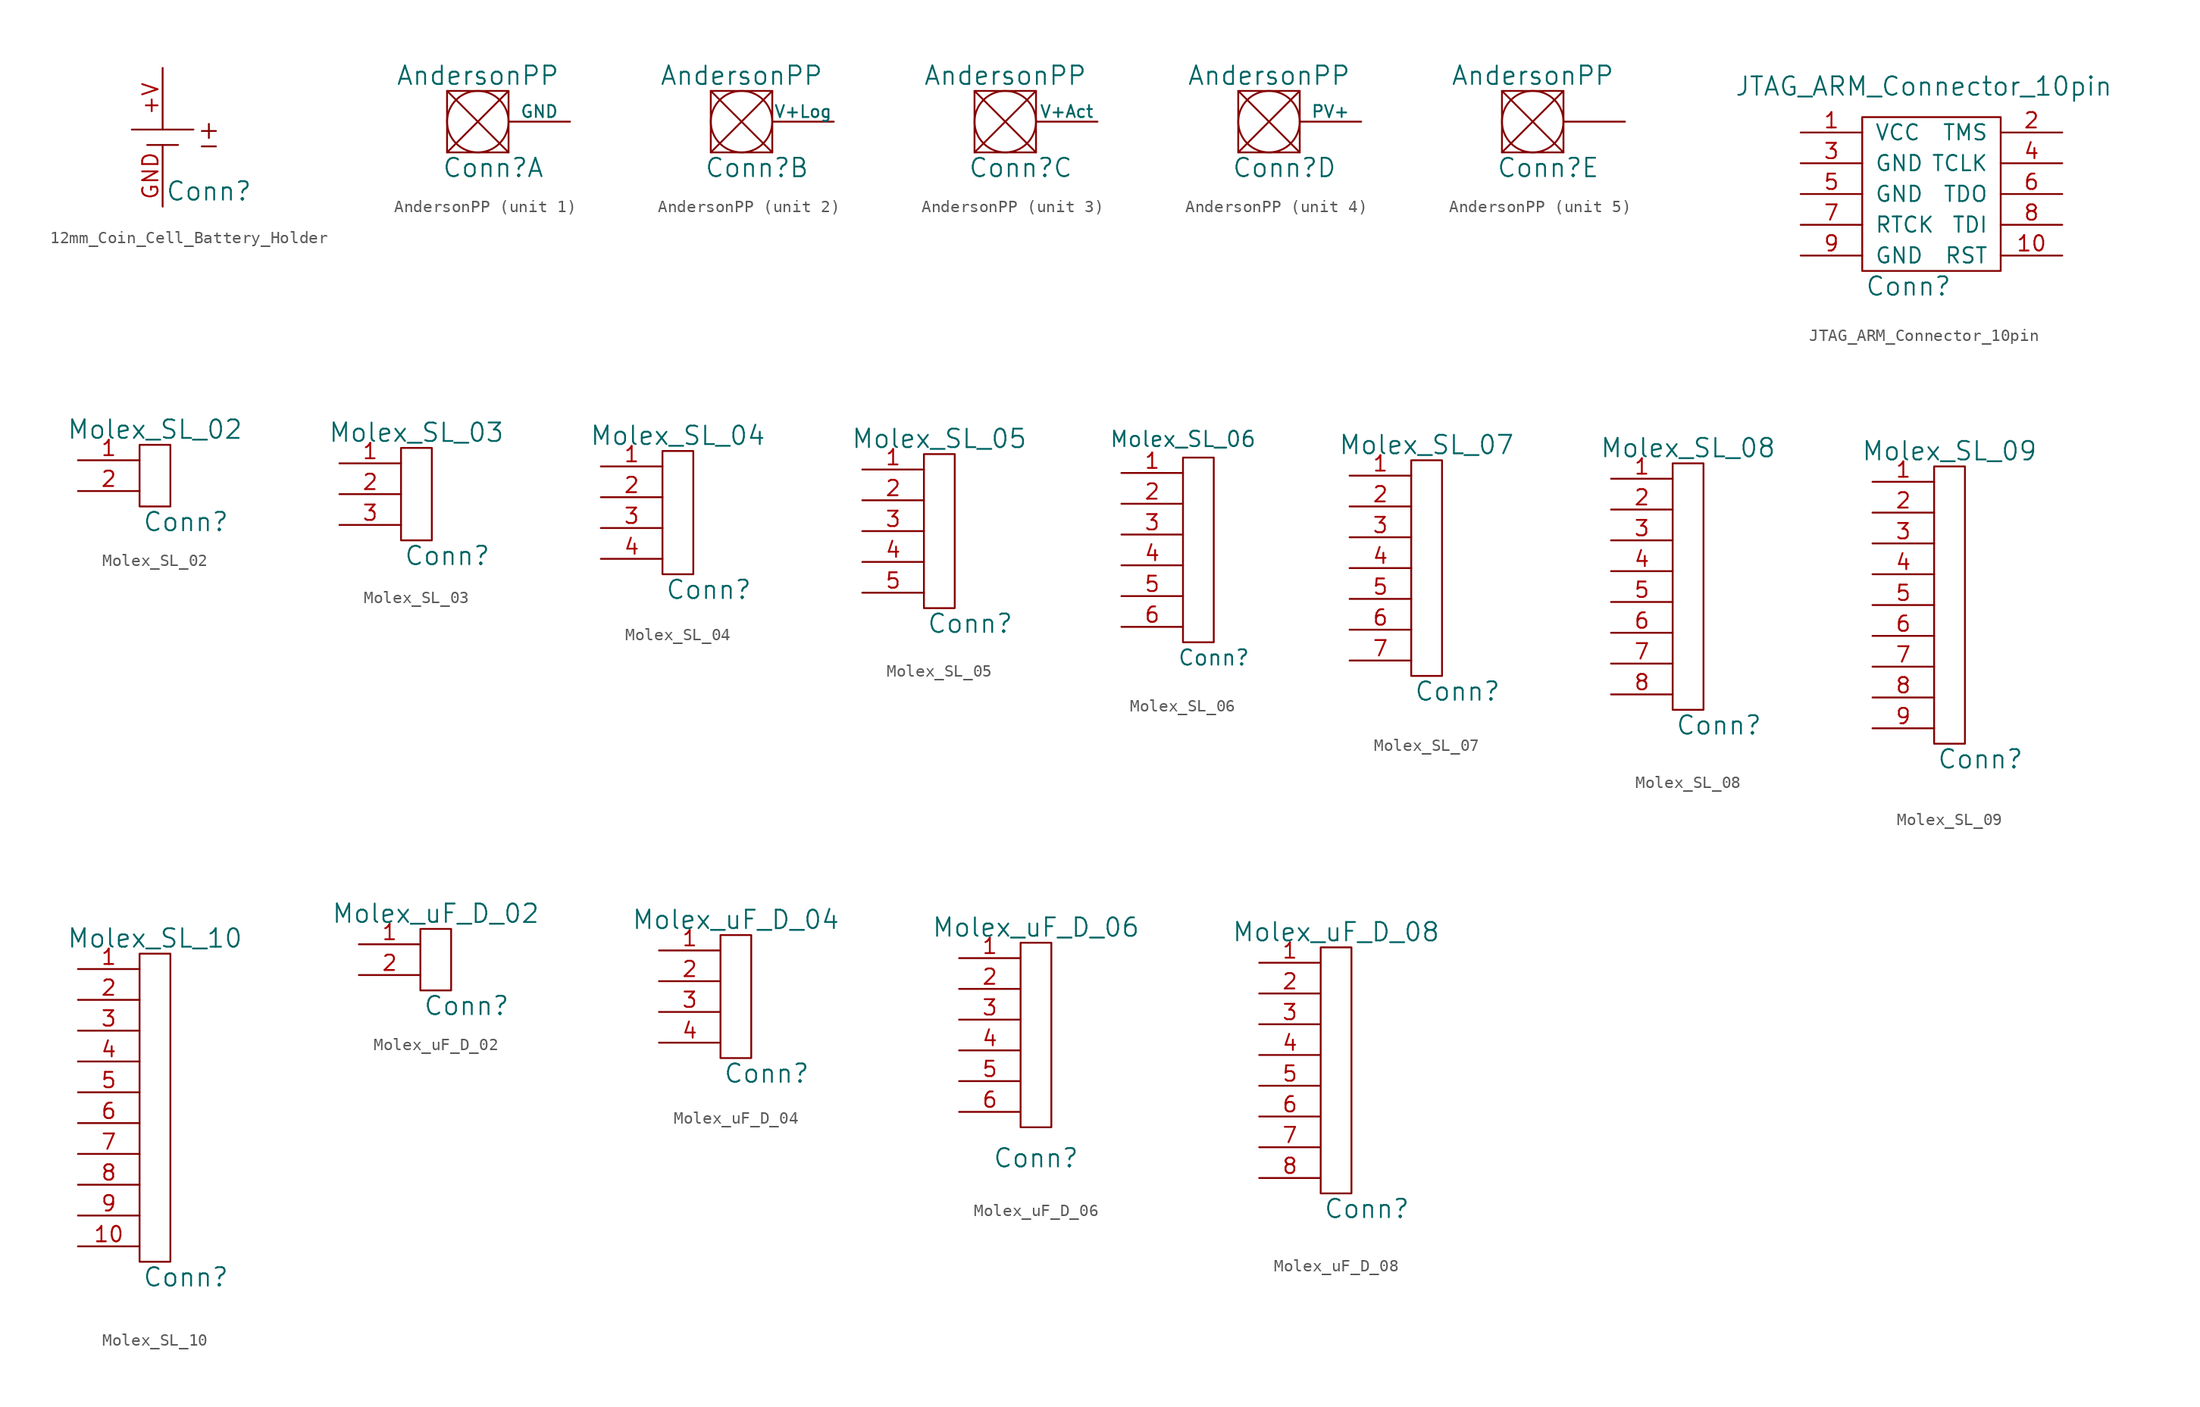
<source format=kicad_sym>
(kicad_symbol_lib
  (version 20231120)
  (generator "kicad_symbol_editor")
  (generator_version "8.0")
  (symbol "12mm_Coin_Cell_Battery_Holder"
    (pin_names
      (offset 1.016))
    (property "Reference" "Conn"
      (at 3.81 1.27 0)
      (effects (font (size 1.524 1.524))))
    (symbol "12mm_Coin_Cell_Battery_Holder_0_0"
      (text "+" (at 3.81 6.35 0) (effects (font (size 1.524 1.524))))
      (text "-" (at 3.81 5.08 0) (effects (font (size 1.524 1.524)))))
    (symbol "12mm_Coin_Cell_Battery_Holder_0_1"
      (polyline (pts (xy -2.54 6.35) (xy 2.54 6.35)) (stroke (width 0) (type default)) (fill (type none)))
      (polyline (pts (xy -1.27 5.08) (xy 1.27 5.08)) (stroke (width 0) (type default)) (fill (type none))))
    (symbol "12mm_Coin_Cell_Battery_Holder_1_1"
      (pin input line (at 0 11.43 270) (length 5.08) (name "~" (effects (font (size 1.27 1.27)))) (number "+V" (effects (font (size 1.27 1.27)))))
      (pin input line (at 0 0 90) (length 5.08) (name "~" (effects (font (size 1.27 1.27)))) (number "GND" (effects (font (size 1.27 1.27)))))))
  (symbol "AndersonPP"
    (pin_numbers hide)
    (pin_names
      (offset 0))
    (property "Reference" "Conn"
      (at 3.81 -1.27 0)
      (effects (font (size 1.524 1.524))))
    (property "Value" "AndersonPP"
      (at 2.54 6.35 0)
      (effects (font (size 1.524 1.524))))
    (property "ki_locked" ""
      (at 0 0 0)
      (effects (font (size 1.27 1.27))))
    (symbol "AndersonPP_0_1"
      (polyline (pts (xy 0 5.08) (xy 5.08 0)) (stroke (width 0) (type default)) (fill (type none)))
      (polyline (pts (xy 5.08 5.08) (xy 0 0)) (stroke (width 0) (type default)) (fill (type none)))
      (rectangle (start 0 0) (end 5.08 5.08) (stroke (width 0) (type default)) (fill (type none)))
      (circle (center 2.54 2.54) (radius 2.54) (stroke (width 0) (type default)) (fill (type none))))
    (symbol "AndersonPP_1_1"
      (pin input line (at 10.16 2.54 180) (length 5.08) (name "GND" (effects (font (size 0.991 0.991)))) (number "1" (effects (font (size 1.27 1.27))))))
    (symbol "AndersonPP_2_1"
      (pin input line (at 10.16 2.54 180) (length 5.08) (name "V+Log" (effects (font (size 0.991 0.991)))) (number "2" (effects (font (size 1.27 1.27))))))
    (symbol "AndersonPP_3_1"
      (pin input line (at 10.16 2.54 180) (length 5.08) (name "V+Act" (effects (font (size 0.991 0.991)))) (number "3" (effects (font (size 1.27 1.27))))))
    (symbol "AndersonPP_4_1"
      (pin input line (at 10.16 2.54 180) (length 5.08) (name "PV+" (effects (font (size 0.991 0.991)))) (number "4" (effects (font (size 1.27 1.27))))))
    (symbol "AndersonPP_5_1"
      (pin input line (at 10.16 2.54 180) (length 5.08) (name "~" (effects (font (size 0.991 0.991)))) (number "1" (effects (font (size 1.27 1.27)))))))
  (symbol "JTAG_ARM_Connector_10pin"
    (pin_names
      (offset 1.016))
    (property "Reference" "Conn"
      (at 3.81 -1.27 0)
      (effects (font (size 1.524 1.524))))
    (property "Value" "JTAG_ARM_Connector_10pin"
      (at 5.08 15.24 0)
      (effects (font (size 1.524 1.524))))
    (symbol "JTAG_ARM_Connector_10pin_0_1"
      (rectangle (start 11.43 12.7) (end 0 0) (stroke (width 0) (type default)) (fill (type none))))
    (symbol "JTAG_ARM_Connector_10pin_1_1"
      (pin input line (at -5.08 11.43 0) (length 5.08) (name "VCC" (effects (font (size 1.27 1.27)))) (number "1" (effects (font (size 1.27 1.27)))))
      (pin input line (at 16.51 1.27 180) (length 5.08) (name "RST" (effects (font (size 1.27 1.27)))) (number "10" (effects (font (size 1.27 1.27)))))
      (pin input line (at 16.51 11.43 180) (length 5.08) (name "TMS" (effects (font (size 1.27 1.27)))) (number "2" (effects (font (size 1.27 1.27)))))
      (pin input line (at -5.08 8.89 0) (length 5.08) (name "GND" (effects (font (size 1.27 1.27)))) (number "3" (effects (font (size 1.27 1.27)))))
      (pin input line (at 16.51 8.89 180) (length 5.08) (name "TCLK" (effects (font (size 1.27 1.27)))) (number "4" (effects (font (size 1.27 1.27)))))
      (pin input line (at -5.08 6.35 0) (length 5.08) (name "GND" (effects (font (size 1.27 1.27)))) (number "5" (effects (font (size 1.27 1.27)))))
      (pin input line (at 16.51 6.35 180) (length 5.08) (name "TDO" (effects (font (size 1.27 1.27)))) (number "6" (effects (font (size 1.27 1.27)))))
      (pin input line (at -5.08 3.81 0) (length 5.08) (name "RTCK" (effects (font (size 1.27 1.27)))) (number "7" (effects (font (size 1.27 1.27)))))
      (pin input line (at 16.51 3.81 180) (length 5.08) (name "TDI" (effects (font (size 1.27 1.27)))) (number "8" (effects (font (size 1.27 1.27)))))
      (pin input line (at -5.08 1.27 0) (length 5.08) (name "GND" (effects (font (size 1.27 1.27)))) (number "9" (effects (font (size 1.27 1.27)))))))
  (symbol "Molex_SL_02"
    (pin_names
      (offset 1.016))
    (property "Reference" "Conn"
      (at 3.81 -1.27 0)
      (effects (font (size 1.524 1.524))))
    (property "Value" "Molex_SL_02"
      (at 1.27 6.35 0)
      (effects (font (size 1.524 1.524))))
    (symbol "Molex_SL_02_0_1"
      (rectangle (start 0 5.08) (end 2.54 0) (stroke (width 0) (type default)) (fill (type none))))
    (symbol "Molex_SL_02_1_1"
      (pin input line (at -5.08 3.81 0) (length 5.08) (name "~" (effects (font (size 1.27 1.27)))) (number "1" (effects (font (size 1.27 1.27)))))
      (pin input line (at -5.08 1.27 0) (length 5.08) (name "~" (effects (font (size 1.27 1.27)))) (number "2" (effects (font (size 1.27 1.27)))))))
  (symbol "Molex_SL_03"
    (pin_names
      (offset 1.016))
    (property "Reference" "Conn"
      (at 3.81 -1.27 0)
      (effects (font (size 1.524 1.524))))
    (property "Value" "Molex_SL_03"
      (at 1.27 8.89 0)
      (effects (font (size 1.524 1.524))))
    (symbol "Molex_SL_03_0_1"
      (rectangle (start 0 7.62) (end 2.54 0) (stroke (width 0) (type default)) (fill (type none))))
    (symbol "Molex_SL_03_1_1"
      (pin input line (at -5.08 6.35 0) (length 5.08) (name "~" (effects (font (size 1.27 1.27)))) (number "1" (effects (font (size 1.27 1.27)))))
      (pin input line (at -5.08 3.81 0) (length 5.08) (name "~" (effects (font (size 1.27 1.27)))) (number "2" (effects (font (size 1.27 1.27)))))
      (pin input line (at -5.08 1.27 0) (length 5.08) (name "~" (effects (font (size 1.27 1.27)))) (number "3" (effects (font (size 1.27 1.27)))))))
  (symbol "Molex_SL_04"
    (pin_names
      (offset 1.016))
    (property "Reference" "Conn"
      (at 3.81 -1.27 0)
      (effects (font (size 1.524 1.524))))
    (property "Value" "Molex_SL_04"
      (at 1.27 11.43 0)
      (effects (font (size 1.524 1.524))))
    (symbol "Molex_SL_04_0_1"
      (rectangle (start 0 10.16) (end 2.54 0) (stroke (width 0) (type default)) (fill (type none))))
    (symbol "Molex_SL_04_1_1"
      (pin input line (at -5.08 8.89 0) (length 5.08) (name "~" (effects (font (size 1.27 1.27)))) (number "1" (effects (font (size 1.27 1.27)))))
      (pin input line (at -5.08 6.35 0) (length 5.08) (name "~" (effects (font (size 1.27 1.27)))) (number "2" (effects (font (size 1.27 1.27)))))
      (pin input line (at -5.08 3.81 0) (length 5.08) (name "~" (effects (font (size 1.27 1.27)))) (number "3" (effects (font (size 1.27 1.27)))))
      (pin input line (at -5.08 1.27 0) (length 5.08) (name "~" (effects (font (size 1.27 1.27)))) (number "4" (effects (font (size 1.27 1.27)))))))
  (symbol "Molex_SL_05"
    (pin_names
      (offset 1.016))
    (property "Reference" "Conn"
      (at 3.81 -1.27 0)
      (effects (font (size 1.524 1.524))))
    (property "Value" "Molex_SL_05"
      (at 1.27 13.97 0)
      (effects (font (size 1.524 1.524))))
    (symbol "Molex_SL_05_0_1"
      (rectangle (start 0 12.7) (end 2.54 0) (stroke (width 0) (type default)) (fill (type none))))
    (symbol "Molex_SL_05_1_1"
      (pin input line (at -5.08 11.43 0) (length 5.08) (name "~" (effects (font (size 1.27 1.27)))) (number "1" (effects (font (size 1.27 1.27)))))
      (pin input line (at -5.08 8.89 0) (length 5.08) (name "~" (effects (font (size 1.27 1.27)))) (number "2" (effects (font (size 1.27 1.27)))))
      (pin input line (at -5.08 6.35 0) (length 5.08) (name "~" (effects (font (size 1.27 1.27)))) (number "3" (effects (font (size 1.27 1.27)))))
      (pin input line (at -5.08 3.81 0) (length 5.08) (name "~" (effects (font (size 1.27 1.27)))) (number "4" (effects (font (size 1.27 1.27)))))
      (pin input line (at -5.08 1.27 0) (length 5.08) (name "~" (effects (font (size 1.27 1.27)))) (number "5" (effects (font (size 1.27 1.27)))))))
  (symbol "Molex_SL_06"
    (property "Reference" "Conn"
      (at 2.54 -1.27 0)
      (effects (font (size 1.27 1.27))))
    (property "Value" "Molex_SL_06"
      (at 0 16.764 0)
      (effects (font (size 1.27 1.27))))
    (symbol "Molex_SL_06_0_1"
      (rectangle (start 0 15.24) (end 2.54 0) (stroke (width 0) (type default)) (fill (type none))))
    (symbol "Molex_SL_06_1_1"
      (pin input line (at -5.08 13.97 0) (length 5.08) (name "~" (effects (font (size 1.27 1.27)))) (number "1" (effects (font (size 1.27 1.27)))))
      (pin input line (at -5.08 11.43 0) (length 5.08) (name "~" (effects (font (size 1.27 1.27)))) (number "2" (effects (font (size 1.27 1.27)))))
      (pin input line (at -5.08 8.89 0) (length 5.08) (name "~" (effects (font (size 1.27 1.27)))) (number "3" (effects (font (size 1.27 1.27)))))
      (pin input line (at -5.08 6.35 0) (length 5.08) (name "~" (effects (font (size 1.27 1.27)))) (number "4" (effects (font (size 1.27 1.27)))))
      (pin input line (at -5.08 3.81 0) (length 5.08) (name "~" (effects (font (size 1.27 1.27)))) (number "5" (effects (font (size 1.27 1.27)))))
      (pin input line (at -5.08 1.27 0) (length 5.08) (name "~" (effects (font (size 1.27 1.27)))) (number "6" (effects (font (size 1.27 1.27)))))))
  (symbol "Molex_SL_07"
    (pin_names
      (offset 1.016))
    (property "Reference" "Conn"
      (at 3.81 -1.27 0)
      (effects (font (size 1.524 1.524))))
    (property "Value" "Molex_SL_07"
      (at 1.27 19.05 0)
      (effects (font (size 1.524 1.524))))
    (symbol "Molex_SL_07_0_1"
      (rectangle (start 0 17.78) (end 2.54 0) (stroke (width 0) (type default)) (fill (type none))))
    (symbol "Molex_SL_07_1_1"
      (pin input line (at -5.08 16.51 0) (length 5.08) (name "~" (effects (font (size 1.27 1.27)))) (number "1" (effects (font (size 1.27 1.27)))))
      (pin input line (at -5.08 13.97 0) (length 5.08) (name "~" (effects (font (size 1.27 1.27)))) (number "2" (effects (font (size 1.27 1.27)))))
      (pin input line (at -5.08 11.43 0) (length 5.08) (name "~" (effects (font (size 1.27 1.27)))) (number "3" (effects (font (size 1.27 1.27)))))
      (pin input line (at -5.08 8.89 0) (length 5.08) (name "~" (effects (font (size 1.27 1.27)))) (number "4" (effects (font (size 1.27 1.27)))))
      (pin input line (at -5.08 6.35 0) (length 5.08) (name "~" (effects (font (size 1.27 1.27)))) (number "5" (effects (font (size 1.27 1.27)))))
      (pin input line (at -5.08 3.81 0) (length 5.08) (name "~" (effects (font (size 1.27 1.27)))) (number "6" (effects (font (size 1.27 1.27)))))
      (pin input line (at -5.08 1.27 0) (length 5.08) (name "~" (effects (font (size 1.27 1.27)))) (number "7" (effects (font (size 1.27 1.27)))))))
  (symbol "Molex_SL_08"
    (pin_names
      (offset 1.016))
    (property "Reference" "Conn"
      (at 3.81 -1.27 0)
      (effects (font (size 1.524 1.524))))
    (property "Value" "Molex_SL_08"
      (at 1.27 21.59 0)
      (effects (font (size 1.524 1.524))))
    (symbol "Molex_SL_08_0_1"
      (rectangle (start 0 20.32) (end 2.54 0) (stroke (width 0) (type default)) (fill (type none))))
    (symbol "Molex_SL_08_1_1"
      (pin input line (at -5.08 19.05 0) (length 5.08) (name "~" (effects (font (size 1.27 1.27)))) (number "1" (effects (font (size 1.27 1.27)))))
      (pin input line (at -5.08 16.51 0) (length 5.08) (name "~" (effects (font (size 1.27 1.27)))) (number "2" (effects (font (size 1.27 1.27)))))
      (pin input line (at -5.08 13.97 0) (length 5.08) (name "~" (effects (font (size 1.27 1.27)))) (number "3" (effects (font (size 1.27 1.27)))))
      (pin input line (at -5.08 11.43 0) (length 5.08) (name "~" (effects (font (size 1.27 1.27)))) (number "4" (effects (font (size 1.27 1.27)))))
      (pin input line (at -5.08 8.89 0) (length 5.08) (name "~" (effects (font (size 1.27 1.27)))) (number "5" (effects (font (size 1.27 1.27)))))
      (pin input line (at -5.08 6.35 0) (length 5.08) (name "~" (effects (font (size 1.27 1.27)))) (number "6" (effects (font (size 1.27 1.27)))))
      (pin input line (at -5.08 3.81 0) (length 5.08) (name "~" (effects (font (size 1.27 1.27)))) (number "7" (effects (font (size 1.27 1.27)))))
      (pin input line (at -5.08 1.27 0) (length 5.08) (name "~" (effects (font (size 1.27 1.27)))) (number "8" (effects (font (size 1.27 1.27)))))))
  (symbol "Molex_SL_09"
    (pin_names
      (offset 1.016))
    (property "Reference" "Conn"
      (at 3.81 -1.27 0)
      (effects (font (size 1.524 1.524))))
    (property "Value" "Molex_SL_09"
      (at 1.27 24.13 0)
      (effects (font (size 1.524 1.524))))
    (symbol "Molex_SL_09_0_1"
      (rectangle (start 0 22.86) (end 2.54 0) (stroke (width 0) (type default)) (fill (type none))))
    (symbol "Molex_SL_09_1_1"
      (pin input line (at -5.08 21.59 0) (length 5.08) (name "~" (effects (font (size 1.27 1.27)))) (number "1" (effects (font (size 1.27 1.27)))))
      (pin input line (at -5.08 19.05 0) (length 5.08) (name "~" (effects (font (size 1.27 1.27)))) (number "2" (effects (font (size 1.27 1.27)))))
      (pin input line (at -5.08 16.51 0) (length 5.08) (name "~" (effects (font (size 1.27 1.27)))) (number "3" (effects (font (size 1.27 1.27)))))
      (pin input line (at -5.08 13.97 0) (length 5.08) (name "~" (effects (font (size 1.27 1.27)))) (number "4" (effects (font (size 1.27 1.27)))))
      (pin input line (at -5.08 11.43 0) (length 5.08) (name "~" (effects (font (size 1.27 1.27)))) (number "5" (effects (font (size 1.27 1.27)))))
      (pin input line (at -5.08 8.89 0) (length 5.08) (name "~" (effects (font (size 1.27 1.27)))) (number "6" (effects (font (size 1.27 1.27)))))
      (pin input line (at -5.08 6.35 0) (length 5.08) (name "~" (effects (font (size 1.27 1.27)))) (number "7" (effects (font (size 1.27 1.27)))))
      (pin input line (at -5.08 3.81 0) (length 5.08) (name "~" (effects (font (size 1.27 1.27)))) (number "8" (effects (font (size 1.27 1.27)))))
      (pin input line (at -5.08 1.27 0) (length 5.08) (name "~" (effects (font (size 1.27 1.27)))) (number "9" (effects (font (size 1.27 1.27)))))))
  (symbol "Molex_SL_10"
    (pin_names
      (offset 1.016))
    (property "Reference" "Conn"
      (at 3.81 -1.27 0)
      (effects (font (size 1.524 1.524))))
    (property "Value" "Molex_SL_10"
      (at 1.27 26.67 0)
      (effects (font (size 1.524 1.524))))
    (symbol "Molex_SL_10_0_1"
      (rectangle (start 0 25.4) (end 2.54 0) (stroke (width 0) (type default)) (fill (type none))))
    (symbol "Molex_SL_10_1_1"
      (pin input line (at -5.08 24.13 0) (length 5.08) (name "~" (effects (font (size 1.27 1.27)))) (number "1" (effects (font (size 1.27 1.27)))))
      (pin input line (at -5.08 1.27 0) (length 5.08) (name "~" (effects (font (size 1.27 1.27)))) (number "10" (effects (font (size 1.27 1.27)))))
      (pin input line (at -5.08 21.59 0) (length 5.08) (name "~" (effects (font (size 1.27 1.27)))) (number "2" (effects (font (size 1.27 1.27)))))
      (pin input line (at -5.08 19.05 0) (length 5.08) (name "~" (effects (font (size 1.27 1.27)))) (number "3" (effects (font (size 1.27 1.27)))))
      (pin input line (at -5.08 16.51 0) (length 5.08) (name "~" (effects (font (size 1.27 1.27)))) (number "4" (effects (font (size 1.27 1.27)))))
      (pin input line (at -5.08 13.97 0) (length 5.08) (name "~" (effects (font (size 1.27 1.27)))) (number "5" (effects (font (size 1.27 1.27)))))
      (pin input line (at -5.08 11.43 0) (length 5.08) (name "~" (effects (font (size 1.27 1.27)))) (number "6" (effects (font (size 1.27 1.27)))))
      (pin input line (at -5.08 8.89 0) (length 5.08) (name "~" (effects (font (size 1.27 1.27)))) (number "7" (effects (font (size 1.27 1.27)))))
      (pin input line (at -5.08 6.35 0) (length 5.08) (name "~" (effects (font (size 1.27 1.27)))) (number "8" (effects (font (size 1.27 1.27)))))
      (pin input line (at -5.08 3.81 0) (length 5.08) (name "~" (effects (font (size 1.27 1.27)))) (number "9" (effects (font (size 1.27 1.27)))))))
  (symbol "Molex_uF_D_02"
    (pin_names
      (offset 1.016))
    (property "Reference" "Conn"
      (at 3.81 -1.27 0)
      (effects (font (size 1.524 1.524))))
    (property "Value" "Molex_uF_D_02"
      (at 1.27 6.35 0)
      (effects (font (size 1.524 1.524))))
    (symbol "Molex_uF_D_02_0_1"
      (rectangle (start 0 5.08) (end 2.54 0) (stroke (width 0) (type default)) (fill (type none))))
    (symbol "Molex_uF_D_02_1_1"
      (pin bidirectional line (at -5.08 3.81 0) (length 5.08) (name "~" (effects (font (size 1.27 1.27)))) (number "1" (effects (font (size 1.27 1.27)))))
      (pin bidirectional line (at -5.08 1.27 0) (length 5.08) (name "~" (effects (font (size 1.27 1.27)))) (number "2" (effects (font (size 1.27 1.27)))))))
  (symbol "Molex_uF_D_04"
    (pin_names
      (offset 1.016))
    (property "Reference" "Conn"
      (at 3.81 -1.27 0)
      (effects (font (size 1.524 1.524))))
    (property "Value" "Molex_uF_D_04"
      (at 1.27 11.43 0)
      (effects (font (size 1.524 1.524))))
    (symbol "Molex_uF_D_04_0_1"
      (rectangle (start 0 10.16) (end 2.54 0) (stroke (width 0) (type default)) (fill (type none))))
    (symbol "Molex_uF_D_04_1_1"
      (pin input line (at -5.08 8.89 0) (length 5.08) (name "~" (effects (font (size 1.27 1.27)))) (number "1" (effects (font (size 1.27 1.27)))))
      (pin input line (at -5.08 6.35 0) (length 5.08) (name "~" (effects (font (size 1.27 1.27)))) (number "2" (effects (font (size 1.27 1.27)))))
      (pin input line (at -5.08 3.81 0) (length 5.08) (name "~" (effects (font (size 1.27 1.27)))) (number "3" (effects (font (size 1.27 1.27)))))
      (pin input line (at -5.08 1.27 0) (length 5.08) (name "~" (effects (font (size 1.27 1.27)))) (number "4" (effects (font (size 1.27 1.27)))))))
  (symbol "Molex_uF_D_06"
    (pin_names
      (offset 1.016))
    (property "Reference" "Conn"
      (at 1.27 2.54 0)
      (effects (font (size 1.524 1.524))))
    (property "Value" "Molex_uF_D_06"
      (at 1.27 21.59 0)
      (effects (font (size 1.524 1.524))))
    (symbol "Molex_uF_D_06_0_1"
      (rectangle (start 0 20.32) (end 2.54 5.08) (stroke (width 0) (type default)) (fill (type none))))
    (symbol "Molex_uF_D_06_1_1"
      (pin input line (at -5.08 19.05 0) (length 5.08) (name "~" (effects (font (size 1.27 1.27)))) (number "1" (effects (font (size 1.27 1.27)))))
      (pin input line (at -5.08 16.51 0) (length 5.08) (name "~" (effects (font (size 1.27 1.27)))) (number "2" (effects (font (size 1.27 1.27)))))
      (pin input line (at -5.08 13.97 0) (length 5.08) (name "~" (effects (font (size 1.27 1.27)))) (number "3" (effects (font (size 1.27 1.27)))))
      (pin input line (at -5.08 11.43 0) (length 5.08) (name "~" (effects (font (size 1.27 1.27)))) (number "4" (effects (font (size 1.27 1.27)))))
      (pin input line (at -5.08 8.89 0) (length 5.08) (name "~" (effects (font (size 1.27 1.27)))) (number "5" (effects (font (size 1.27 1.27)))))
      (pin input line (at -5.08 6.35 0) (length 5.08) (name "~" (effects (font (size 1.27 1.27)))) (number "6" (effects (font (size 1.27 1.27)))))))
  (symbol "Molex_uF_D_08"
    (pin_names
      (offset 1.016))
    (property "Reference" "Conn"
      (at 3.81 -1.27 0)
      (effects (font (size 1.524 1.524))))
    (property "Value" "Molex_uF_D_08"
      (at 1.27 21.59 0)
      (effects (font (size 1.524 1.524))))
    (symbol "Molex_uF_D_08_0_1"
      (rectangle (start 0 20.32) (end 2.54 0) (stroke (width 0) (type default)) (fill (type none))))
    (symbol "Molex_uF_D_08_1_1"
      (pin input line (at -5.08 19.05 0) (length 5.08) (name "~" (effects (font (size 1.27 1.27)))) (number "1" (effects (font (size 1.27 1.27)))))
      (pin input line (at -5.08 16.51 0) (length 5.08) (name "~" (effects (font (size 1.27 1.27)))) (number "2" (effects (font (size 1.27 1.27)))))
      (pin input line (at -5.08 13.97 0) (length 5.08) (name "~" (effects (font (size 1.27 1.27)))) (number "3" (effects (font (size 1.27 1.27)))))
      (pin input line (at -5.08 11.43 0) (length 5.08) (name "~" (effects (font (size 1.27 1.27)))) (number "4" (effects (font (size 1.27 1.27)))))
      (pin input line (at -5.08 8.89 0) (length 5.08) (name "~" (effects (font (size 1.27 1.27)))) (number "5" (effects (font (size 1.27 1.27)))))
      (pin input line (at -5.08 6.35 0) (length 5.08) (name "~" (effects (font (size 1.27 1.27)))) (number "6" (effects (font (size 1.27 1.27)))))
      (pin input line (at -5.08 3.81 0) (length 5.08) (name "~" (effects (font (size 1.27 1.27)))) (number "7" (effects (font (size 1.27 1.27)))))
      (pin input line (at -5.08 1.27 0) (length 5.08) (name "~" (effects (font (size 1.27 1.27)))) (number "8" (effects (font (size 1.27 1.27))))))))
</source>
